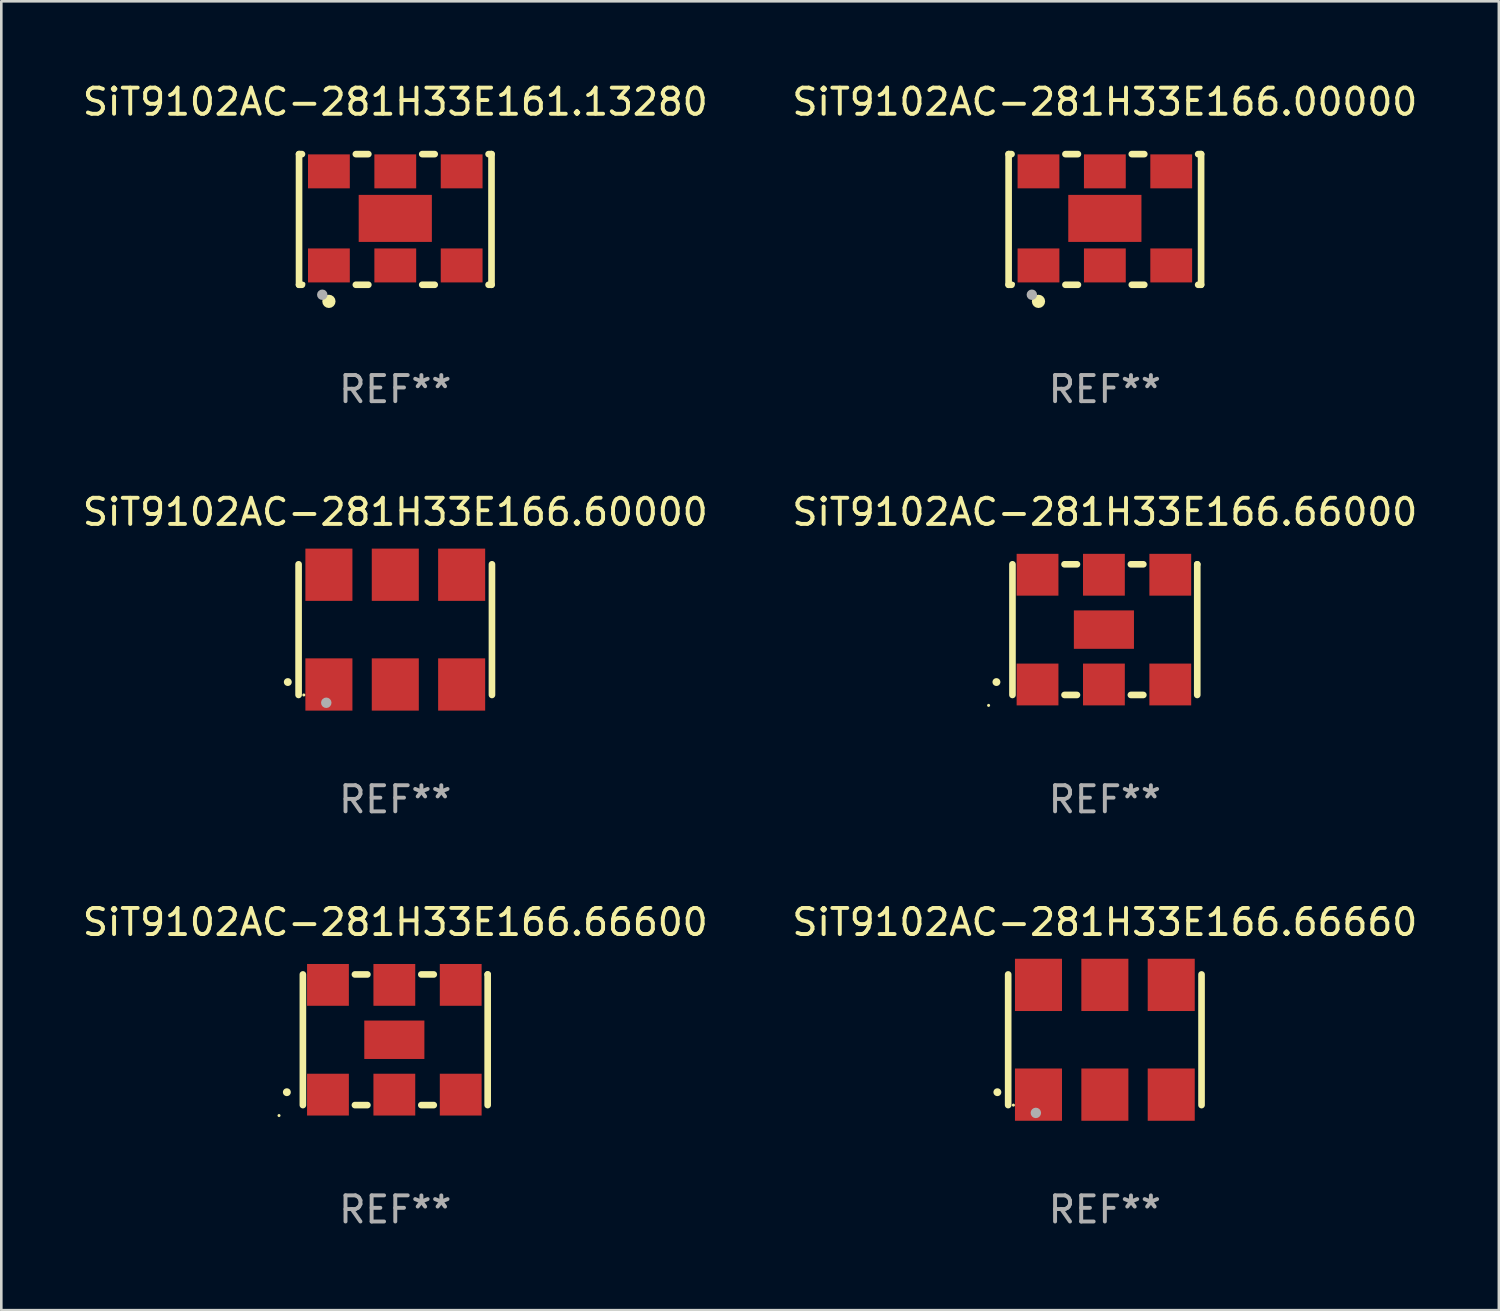
<source format=kicad_pcb>
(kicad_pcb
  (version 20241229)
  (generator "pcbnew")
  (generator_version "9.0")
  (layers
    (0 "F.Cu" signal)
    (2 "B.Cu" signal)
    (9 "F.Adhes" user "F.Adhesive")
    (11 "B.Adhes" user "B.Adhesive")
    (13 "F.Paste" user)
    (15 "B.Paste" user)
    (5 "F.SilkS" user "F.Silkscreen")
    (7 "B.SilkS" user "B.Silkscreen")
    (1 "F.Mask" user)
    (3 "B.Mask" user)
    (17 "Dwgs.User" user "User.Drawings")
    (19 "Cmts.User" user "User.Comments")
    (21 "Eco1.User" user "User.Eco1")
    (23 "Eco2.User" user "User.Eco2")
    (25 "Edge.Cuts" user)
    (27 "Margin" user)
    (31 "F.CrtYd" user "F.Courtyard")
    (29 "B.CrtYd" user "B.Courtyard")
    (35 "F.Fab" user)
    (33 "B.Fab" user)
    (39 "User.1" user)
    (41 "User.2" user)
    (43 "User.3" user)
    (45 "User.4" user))
  (footprint "SiT9102AC-281H33E166.60000"
    (layer "F.Cu")
    (at 12.077 21.045)
    (property "Reference" "SiT9102AC-281H33E166.60000" (at 0 -4.5 0) (layer "F.SilkS") (effects (font (size 1 1) (thickness 0.15))))
    (attr through_hole)
    (fp_line (start -3.7 -2.5) (end -3.7 2.5) (stroke (width 0.254) (type solid)) (layer "F.SilkS"))
    (fp_line (start 3.7 -2.5) (end 3.7 2.5) (stroke (width 0.254) (type solid)) (layer "F.SilkS"))
    (fp_arc (start -4.114415 2.006604) (mid -4.113145 2.006599) (end -4.111875 2.006604) (stroke (width 0.3) (type solid)) (layer "F.SilkS"))
    (fp_circle (center -3.5 2.501) (end -3.47 2.501) (stroke (width 0.06) (type solid)) (fill no) (layer "F.SilkS"))
    (fp_circle (center -2.641 2.799) (end -2.541 2.799) (stroke (width 0.2) (type solid)) (fill no) (layer "F.Fab"))
    (fp_text user "REF**" (at 0 6.5 0) (layer "F.Fab") (effects (font (size 1 1) (thickness 0.15))))
    (pad "1" smd rect (at -2.54 2.1) (size 1.8 2) (layers "F.Cu" "F.Mask" "F.Paste"))
    (pad "2" smd rect (at 0.000394 2.1) (size 1.8 2) (layers "F.Cu" "F.Mask" "F.Paste"))
    (pad "3" smd rect (at 2.54 2.1) (size 1.8 2) (layers "F.Cu" "F.Mask" "F.Paste"))
    (pad "4" smd rect (at 2.54 -2.1) (size 1.8 2) (layers "F.Cu" "F.Mask" "F.Paste"))
    (pad "5" smd rect (at 0.000394 -2.1) (size 1.8 2) (layers "F.Cu" "F.Mask" "F.Paste"))
    (pad "6" smd rect (at -2.54 -2.1) (size 1.8 2) (layers "F.Cu" "F.Mask" "F.Paste")))
  (footprint "SiT9102AC-281H33E166.66600"
    (layer "F.Cu")
    (at 12.077 36.741)
    (property "Reference" "SiT9102AC-281H33E166.66600" (at 0 -4.5 0) (layer "F.SilkS") (effects (font (size 1 1) (thickness 0.15))))
    (attr through_hole)
    (fp_line (start -3.536 -2.5) (end -3.536 2.5) (stroke (width 0.254) (type solid)) (layer "F.SilkS"))
    (fp_line (start -1.544 2.5) (end -1.067 2.5) (stroke (width 0.254) (type solid)) (layer "F.SilkS"))
    (fp_line (start -1.067 -2.5) (end -1.544 -2.5) (stroke (width 0.254) (type solid)) (layer "F.SilkS"))
    (fp_line (start 0.996 2.5) (end 1.473 2.5) (stroke (width 0.254) (type solid)) (layer "F.SilkS"))
    (fp_line (start 1.473 -2.5) (end 0.996 -2.5) (stroke (width 0.254) (type solid)) (layer "F.SilkS"))
    (fp_line (start 3.536 -2.5) (end 3.536 -2.5) (stroke (width 0.254) (type solid)) (layer "F.SilkS"))
    (fp_line (start 3.536 2.5) (end 3.536 -2.5) (stroke (width 0.254) (type solid)) (layer "F.SilkS"))
    (fp_arc (start -4.150432 2.006604) (mid -4.149162 2.006599) (end -4.147892 2.006604) (stroke (width 0.3) (type solid)) (layer "F.SilkS"))
    (fp_circle (center -4.449 2.9) (end -4.419 2.9) (stroke (width 0.06) (type solid)) (fill no) (layer "F.SilkS"))
    (fp_text user "REF**" (at 0 6.5 0) (layer "F.Fab") (effects (font (size 1 1) (thickness 0.15))))
    (pad "1" smd rect (at -2.576 2.1) (size 1.6 1.6) (layers "F.Cu" "F.Mask" "F.Paste"))
    (pad "2" smd rect (at -0.036 2.1) (size 1.6 1.6) (layers "F.Cu" "F.Mask" "F.Paste"))
    (pad "3" smd rect (at 2.504 2.1) (size 1.6 1.6) (layers "F.Cu" "F.Mask" "F.Paste"))
    (pad "4" smd rect (at 2.504 -2.1) (size 1.6 1.6) (layers "F.Cu" "F.Mask" "F.Paste"))
    (pad "5" smd rect (at -0.036 -2.1) (size 1.6 1.6) (layers "F.Cu" "F.Mask" "F.Paste"))
    (pad "6" smd rect (at -2.576 -2.1) (size 1.6 1.6) (layers "F.Cu" "F.Mask" "F.Paste"))
    (pad "7" smd rect (at -0.036 0) (size 2.3 1.47) (layers "F.Cu" "F.Mask" "F.Paste")))
  (footprint "SiT9102AC-281H33E166.66660"
    (layer "F.Cu")
    (at 39.232 36.741)
    (property "Reference" "SiT9102AC-281H33E166.66660" (at 0 -4.5 0) (layer "F.SilkS") (effects (font (size 1 1) (thickness 0.15))))
    (attr through_hole)
    (fp_line (start -3.7 -2.5) (end -3.7 2.5) (stroke (width 0.254) (type solid)) (layer "F.SilkS"))
    (fp_line (start 3.7 -2.5) (end 3.7 2.5) (stroke (width 0.254) (type solid)) (layer "F.SilkS"))
    (fp_arc (start -4.114415 2.006604) (mid -4.113145 2.006599) (end -4.111875 2.006604) (stroke (width 0.3) (type solid)) (layer "F.SilkS"))
    (fp_circle (center -3.5 2.501) (end -3.47 2.501) (stroke (width 0.06) (type solid)) (fill no) (layer "F.SilkS"))
    (fp_circle (center -2.641 2.799) (end -2.541 2.799) (stroke (width 0.2) (type solid)) (fill no) (layer "F.Fab"))
    (fp_text user "REF**" (at 0 6.5 0) (layer "F.Fab") (effects (font (size 1 1) (thickness 0.15))))
    (pad "1" smd rect (at -2.54 2.1) (size 1.8 2) (layers "F.Cu" "F.Mask" "F.Paste"))
    (pad "2" smd rect (at 0.000394 2.1) (size 1.8 2) (layers "F.Cu" "F.Mask" "F.Paste"))
    (pad "3" smd rect (at 2.54 2.1) (size 1.8 2) (layers "F.Cu" "F.Mask" "F.Paste"))
    (pad "4" smd rect (at 2.54 -2.1) (size 1.8 2) (layers "F.Cu" "F.Mask" "F.Paste"))
    (pad "5" smd rect (at 0.000394 -2.1) (size 1.8 2) (layers "F.Cu" "F.Mask" "F.Paste"))
    (pad "6" smd rect (at -2.54 -2.1) (size 1.8 2) (layers "F.Cu" "F.Mask" "F.Paste")))
  (footprint "SiT9102AC-281H33E166.00000"
    (layer "F.Cu")
    (at 39.232 5.348)
    (property "Reference" "SiT9102AC-281H33E166.00000" (at 0 -4.5 0) (layer "F.SilkS") (effects (font (size 1 1) (thickness 0.15))))
    (attr through_hole)
    (fp_line (start -3.683 -2.5) (end -3.571 -2.5) (stroke (width 0.254) (type solid)) (layer "F.SilkS"))
    (fp_line (start -3.683 2.5) (end -3.683 -2.5) (stroke (width 0.254) (type solid)) (layer "F.SilkS"))
    (fp_line (start -3.683 2.5) (end -3.571 2.5) (stroke (width 0.254) (type solid)) (layer "F.SilkS"))
    (fp_line (start -1.509 -2.5) (end -1.031 -2.5) (stroke (width 0.254) (type solid)) (layer "F.SilkS"))
    (fp_line (start -1.509 2.5) (end -1.031 2.5) (stroke (width 0.254) (type solid)) (layer "F.SilkS"))
    (fp_line (start 1.031 -2.5) (end 1.509 -2.5) (stroke (width 0.254) (type solid)) (layer "F.SilkS"))
    (fp_line (start 1.031 2.5) (end 1.509 2.5) (stroke (width 0.254) (type solid)) (layer "F.SilkS"))
    (fp_line (start 3.571 -2.5) (end 3.683 -2.5) (stroke (width 0.254) (type solid)) (layer "F.SilkS"))
    (fp_line (start 3.571 2.5) (end 3.683 2.5) (stroke (width 0.254) (type solid)) (layer "F.SilkS"))
    (fp_line (start 3.683 2.5) (end 3.683 -2.5) (stroke (width 0.254) (type solid)) (layer "F.SilkS"))
    (fp_circle (center -3.5 2.46) (end -3.47 2.46) (stroke (width 0.06) (type solid)) (fill no) (layer "F.SilkS"))
    (fp_circle (center -2.54 3.135) (end -2.413 3.135) (stroke (width 0.254) (type solid)) (fill no) (layer "F.SilkS"))
    (fp_circle (center -2.794 2.881) (end -2.694 2.881) (stroke (width 0.2) (type solid)) (fill no) (layer "F.Fab"))
    (fp_text user "REF**" (at 0 6.5 0) (layer "F.Fab") (effects (font (size 1 1) (thickness 0.15))))
    (pad "1" smd rect (at -2.54 1.76) (size 1.6 1.3) (layers "F.Cu" "F.Mask" "F.Paste"))
    (pad "2" smd rect (at 0 1.76) (size 1.6 1.3) (layers "F.Cu" "F.Mask" "F.Paste"))
    (pad "3" smd rect (at 2.54 1.76) (size 1.6 1.3) (layers "F.Cu" "F.Mask" "F.Paste"))
    (pad "4" smd rect (at 2.54 -1.84) (size 1.6 1.3) (layers "F.Cu" "F.Mask" "F.Paste"))
    (pad "5" smd rect (at 0 -1.84) (size 1.6 1.3) (layers "F.Cu" "F.Mask" "F.Paste"))
    (pad "6" smd rect (at -2.54 -1.84) (size 1.6 1.3) (layers "F.Cu" "F.Mask" "F.Paste"))
    (pad "7" smd rect (at 0 -0.04) (size 2.8 1.8) (layers "F.Cu" "F.Mask" "F.Paste")))
  (footprint "SiT9102AC-281H33E161.13280"
    (layer "F.Cu")
    (at 12.077 5.348)
    (property "Reference" "SiT9102AC-281H33E161.13280" (at 0 -4.5 0) (layer "F.SilkS") (effects (font (size 1 1) (thickness 0.15))))
    (attr through_hole)
    (fp_line (start -3.683 -2.5) (end -3.571 -2.5) (stroke (width 0.254) (type solid)) (layer "F.SilkS"))
    (fp_line (start -3.683 2.5) (end -3.683 -2.5) (stroke (width 0.254) (type solid)) (layer "F.SilkS"))
    (fp_line (start -3.683 2.5) (end -3.571 2.5) (stroke (width 0.254) (type solid)) (layer "F.SilkS"))
    (fp_line (start -1.509 -2.5) (end -1.031 -2.5) (stroke (width 0.254) (type solid)) (layer "F.SilkS"))
    (fp_line (start -1.509 2.5) (end -1.031 2.5) (stroke (width 0.254) (type solid)) (layer "F.SilkS"))
    (fp_line (start 1.031 -2.5) (end 1.509 -2.5) (stroke (width 0.254) (type solid)) (layer "F.SilkS"))
    (fp_line (start 1.031 2.5) (end 1.509 2.5) (stroke (width 0.254) (type solid)) (layer "F.SilkS"))
    (fp_line (start 3.571 -2.5) (end 3.683 -2.5) (stroke (width 0.254) (type solid)) (layer "F.SilkS"))
    (fp_line (start 3.571 2.5) (end 3.683 2.5) (stroke (width 0.254) (type solid)) (layer "F.SilkS"))
    (fp_line (start 3.683 2.5) (end 3.683 -2.5) (stroke (width 0.254) (type solid)) (layer "F.SilkS"))
    (fp_circle (center -3.5 2.46) (end -3.47 2.46) (stroke (width 0.06) (type solid)) (fill no) (layer "F.SilkS"))
    (fp_circle (center -2.54 3.135) (end -2.413 3.135) (stroke (width 0.254) (type solid)) (fill no) (layer "F.SilkS"))
    (fp_circle (center -2.794 2.881) (end -2.694 2.881) (stroke (width 0.2) (type solid)) (fill no) (layer "F.Fab"))
    (fp_text user "REF**" (at 0 6.5 0) (layer "F.Fab") (effects (font (size 1 1) (thickness 0.15))))
    (pad "1" smd rect (at -2.54 1.76) (size 1.6 1.3) (layers "F.Cu" "F.Mask" "F.Paste"))
    (pad "2" smd rect (at 0 1.76) (size 1.6 1.3) (layers "F.Cu" "F.Mask" "F.Paste"))
    (pad "3" smd rect (at 2.54 1.76) (size 1.6 1.3) (layers "F.Cu" "F.Mask" "F.Paste"))
    (pad "4" smd rect (at 2.54 -1.84) (size 1.6 1.3) (layers "F.Cu" "F.Mask" "F.Paste"))
    (pad "5" smd rect (at 0 -1.84) (size 1.6 1.3) (layers "F.Cu" "F.Mask" "F.Paste"))
    (pad "6" smd rect (at -2.54 -1.84) (size 1.6 1.3) (layers "F.Cu" "F.Mask" "F.Paste"))
    (pad "7" smd rect (at 0 -0.04) (size 2.8 1.8) (layers "F.Cu" "F.Mask" "F.Paste")))
  (footprint "SiT9102AC-281H33E166.66000"
    (layer "F.Cu")
    (at 39.232 21.045)
    (property "Reference" "SiT9102AC-281H33E166.66000" (at 0 -4.5 0) (layer "F.SilkS") (effects (font (size 1 1) (thickness 0.15))))
    (attr through_hole)
    (fp_line (start -3.536 -2.5) (end -3.536 2.5) (stroke (width 0.254) (type solid)) (layer "F.SilkS"))
    (fp_line (start -1.544 2.5) (end -1.067 2.5) (stroke (width 0.254) (type solid)) (layer "F.SilkS"))
    (fp_line (start -1.067 -2.5) (end -1.544 -2.5) (stroke (width 0.254) (type solid)) (layer "F.SilkS"))
    (fp_line (start 0.996 2.5) (end 1.473 2.5) (stroke (width 0.254) (type solid)) (layer "F.SilkS"))
    (fp_line (start 1.473 -2.5) (end 0.996 -2.5) (stroke (width 0.254) (type solid)) (layer "F.SilkS"))
    (fp_line (start 3.536 -2.5) (end 3.536 -2.5) (stroke (width 0.254) (type solid)) (layer "F.SilkS"))
    (fp_line (start 3.536 2.5) (end 3.536 -2.5) (stroke (width 0.254) (type solid)) (layer "F.SilkS"))
    (fp_arc (start -4.150432 2.006604) (mid -4.149162 2.006599) (end -4.147892 2.006604) (stroke (width 0.3) (type solid)) (layer "F.SilkS"))
    (fp_circle (center -4.449 2.9) (end -4.419 2.9) (stroke (width 0.06) (type solid)) (fill no) (layer "F.SilkS"))
    (fp_text user "REF**" (at 0 6.5 0) (layer "F.Fab") (effects (font (size 1 1) (thickness 0.15))))
    (pad "1" smd rect (at -2.576 2.1) (size 1.6 1.6) (layers "F.Cu" "F.Mask" "F.Paste"))
    (pad "2" smd rect (at -0.036 2.1) (size 1.6 1.6) (layers "F.Cu" "F.Mask" "F.Paste"))
    (pad "3" smd rect (at 2.504 2.1) (size 1.6 1.6) (layers "F.Cu" "F.Mask" "F.Paste"))
    (pad "4" smd rect (at 2.504 -2.1) (size 1.6 1.6) (layers "F.Cu" "F.Mask" "F.Paste"))
    (pad "5" smd rect (at -0.036 -2.1) (size 1.6 1.6) (layers "F.Cu" "F.Mask" "F.Paste"))
    (pad "6" smd rect (at -2.576 -2.1) (size 1.6 1.6) (layers "F.Cu" "F.Mask" "F.Paste"))
    (pad "7" smd rect (at -0.036 0) (size 2.3 1.47) (layers "F.Cu" "F.Mask" "F.Paste")))
  (gr_rect
    (start -3 -3)
    (end 54.31 47.09)
    (stroke (width 0.1) (type default))
    (fill no)
    (layer "Edge.Cuts")))
</source>
